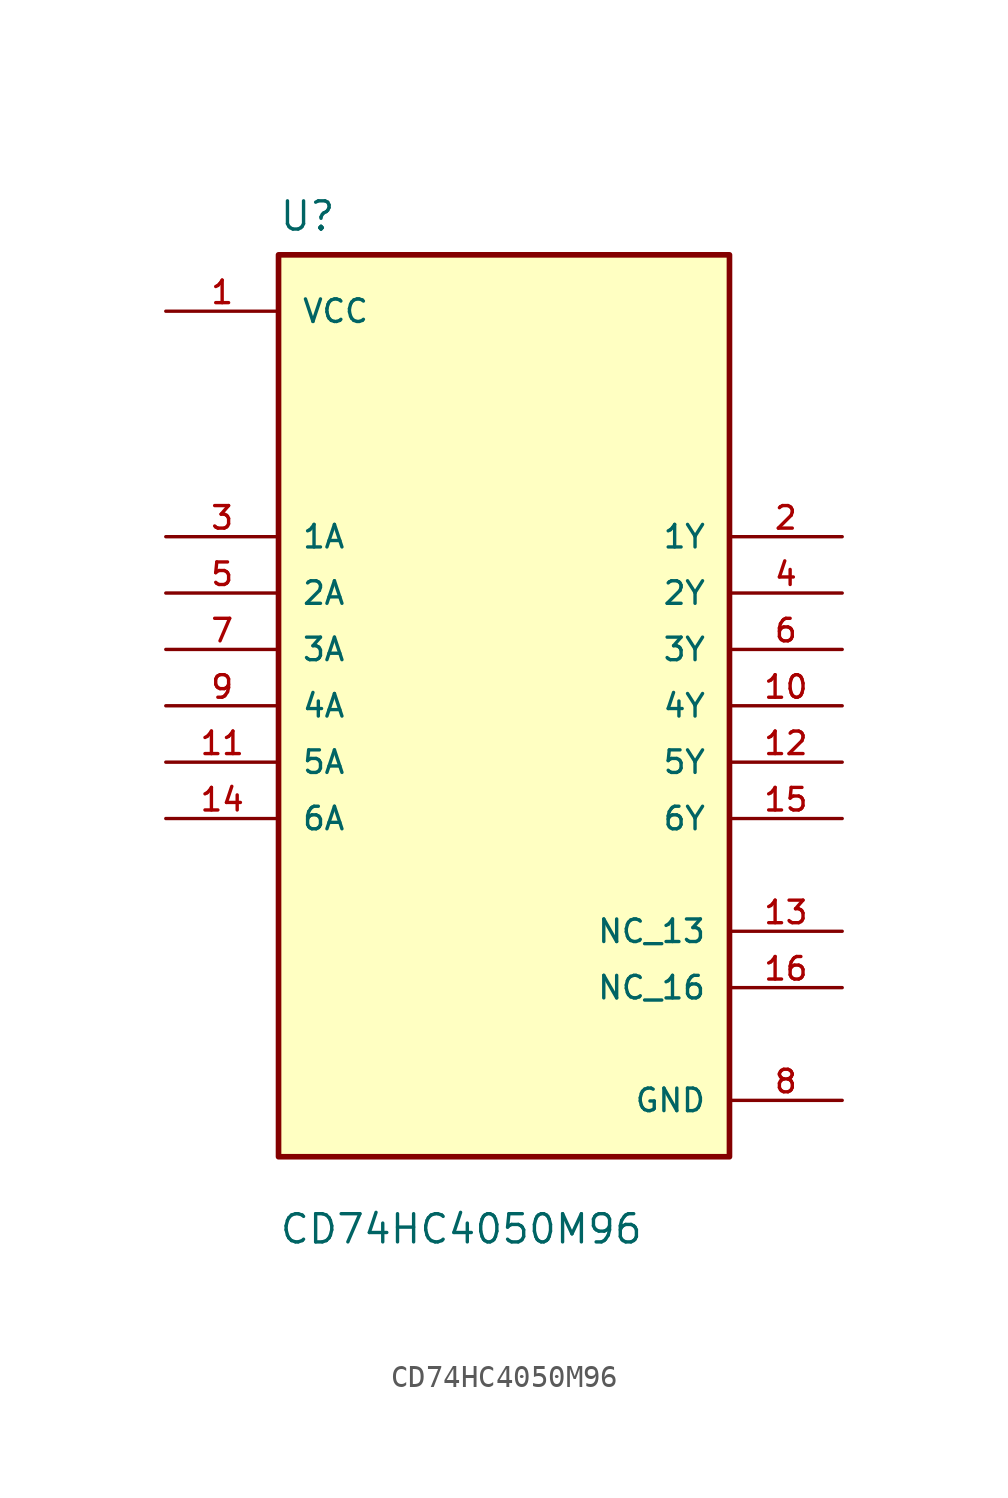
<source format=kicad_sym>
(kicad_symbol_lib
  (version 20231120)
  (generator "kicad_symbol_editor")
  (generator_version "8.0")
  (symbol "CD74HC4050M96"
    (pin_names
      (offset 1.016))
    (property "Reference" "U"
      (at -10.16 21.32 0)
      (effects (font (size 1.27 1.27)) (justify left bottom)))
    (property "Value" "CD74HC4050M96"
      (at -10.16 -24.32 0)
      (effects (font (size 1.27 1.27)) (justify left bottom)))
    (symbol "CD74HC4050M96_0_0"
      (rectangle (start -10.16 -20.32) (end 10.16 20.32) (stroke (width 0.254) (type default)) (fill (type background)))
      (pin power_in line (at -15.24 17.78 0) (length 5.08) (name "VCC" (effects (font (size 1.016 1.016)))) (number "1" (effects (font (size 1.016 1.016)))))
      (pin output line (at 15.24 0 180) (length 5.08) (name "4Y" (effects (font (size 1.016 1.016)))) (number "10" (effects (font (size 1.016 1.016)))))
      (pin input line (at -15.24 -2.54 0) (length 5.08) (name "5A" (effects (font (size 1.016 1.016)))) (number "11" (effects (font (size 1.016 1.016)))))
      (pin output line (at 15.24 -2.54 180) (length 5.08) (name "5Y" (effects (font (size 1.016 1.016)))) (number "12" (effects (font (size 1.016 1.016)))))
      (pin passive line (at 15.24 -10.16 180) (length 5.08) (name "NC_13" (effects (font (size 1.016 1.016)))) (number "13" (effects (font (size 1.016 1.016)))))
      (pin input line (at -15.24 -5.08 0) (length 5.08) (name "6A" (effects (font (size 1.016 1.016)))) (number "14" (effects (font (size 1.016 1.016)))))
      (pin output line (at 15.24 -5.08 180) (length 5.08) (name "6Y" (effects (font (size 1.016 1.016)))) (number "15" (effects (font (size 1.016 1.016)))))
      (pin passive line (at 15.24 -12.7 180) (length 5.08) (name "NC_16" (effects (font (size 1.016 1.016)))) (number "16" (effects (font (size 1.016 1.016)))))
      (pin output line (at 15.24 7.62 180) (length 5.08) (name "1Y" (effects (font (size 1.016 1.016)))) (number "2" (effects (font (size 1.016 1.016)))))
      (pin input line (at -15.24 7.62 0) (length 5.08) (name "1A" (effects (font (size 1.016 1.016)))) (number "3" (effects (font (size 1.016 1.016)))))
      (pin output line (at 15.24 5.08 180) (length 5.08) (name "2Y" (effects (font (size 1.016 1.016)))) (number "4" (effects (font (size 1.016 1.016)))))
      (pin input line (at -15.24 5.08 0) (length 5.08) (name "2A" (effects (font (size 1.016 1.016)))) (number "5" (effects (font (size 1.016 1.016)))))
      (pin output line (at 15.24 2.54 180) (length 5.08) (name "3Y" (effects (font (size 1.016 1.016)))) (number "6" (effects (font (size 1.016 1.016)))))
      (pin input line (at -15.24 2.54 0) (length 5.08) (name "3A" (effects (font (size 1.016 1.016)))) (number "7" (effects (font (size 1.016 1.016)))))
      (pin power_in line (at 15.24 -17.78 180) (length 5.08) (name "GND" (effects (font (size 1.016 1.016)))) (number "8" (effects (font (size 1.016 1.016)))))
      (pin input line (at -15.24 0 0) (length 5.08) (name "4A" (effects (font (size 1.016 1.016)))) (number "9" (effects (font (size 1.016 1.016))))))))
</source>
